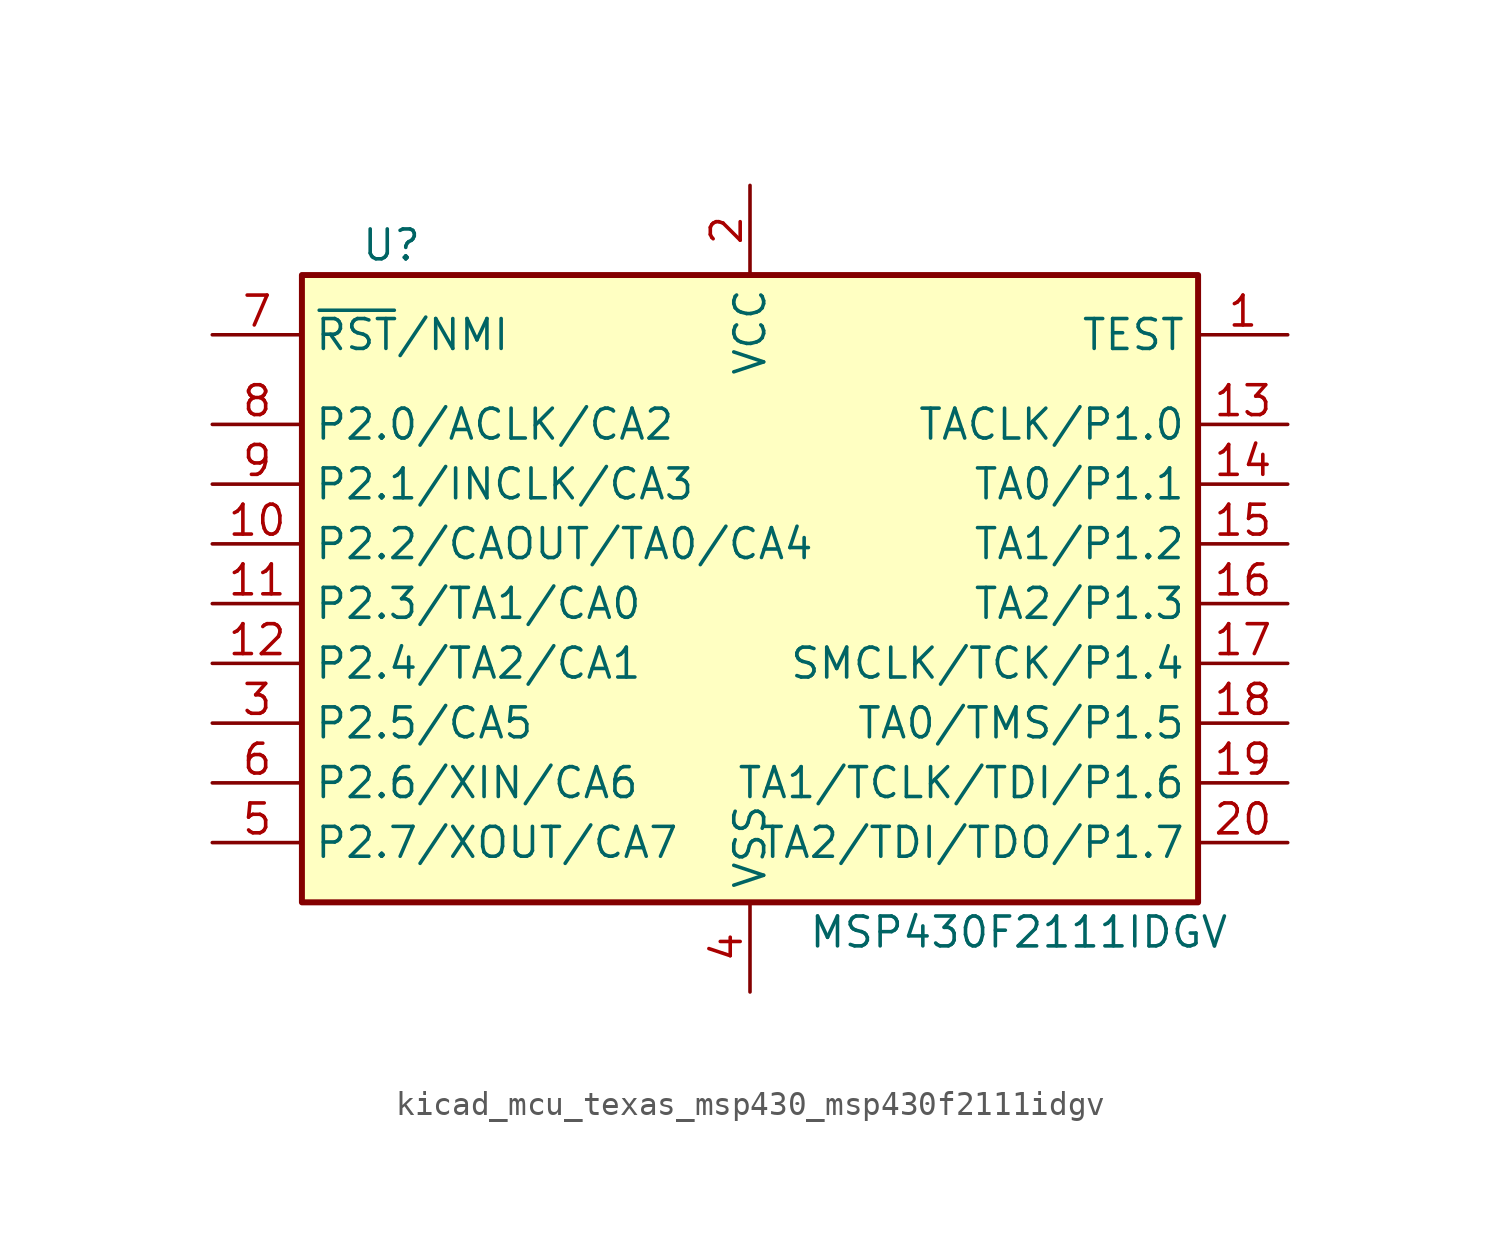
<source format=kicad_sym>
(kicad_symbol_lib
  (version 20220914)
  (generator kicad_symbol_editor)
  (symbol "kicad_mcu_texas_msp430_msp430f2111idgv"
    (property "Reference" "U"
      (at -15.24 15.24 0)
      (effects (font (size 1.27 1.27))))
    (property "Value" "MSP430F2111IDGV"
      (at 11.43 -13.97 0)
      (effects (font (size 1.27 1.27))))
    (symbol "kicad_mcu_texas_msp430_msp430f2111idgv_0_1"
      (rectangle (start -19.05 13.97) (end 19.05 -12.7) (stroke (width 0.254) (type default)) (fill (type background))))
    (symbol "kicad_mcu_texas_msp430_msp430f2111idgv_1_1"
      (pin input line (at 22.86 11.43 180) (length 3.81) (name "TEST" (effects (font (size 1.27 1.27)))) (number "1" (effects (font (size 1.27 1.27)))))
      (pin bidirectional line (at -22.86 2.54 0) (length 3.81) (name "P2.2/CAOUT/TA0/CA4" (effects (font (size 1.27 1.27)))) (number "10" (effects (font (size 1.27 1.27)))))
      (pin bidirectional line (at -22.86 0 0) (length 3.81) (name "P2.3/TA1/CA0" (effects (font (size 1.27 1.27)))) (number "11" (effects (font (size 1.27 1.27)))))
      (pin bidirectional line (at -22.86 -2.54 0) (length 3.81) (name "P2.4/TA2/CA1" (effects (font (size 1.27 1.27)))) (number "12" (effects (font (size 1.27 1.27)))))
      (pin bidirectional line (at 22.86 7.62 180) (length 3.81) (name "TACLK/P1.0" (effects (font (size 1.27 1.27)))) (number "13" (effects (font (size 1.27 1.27)))))
      (pin bidirectional line (at 22.86 5.08 180) (length 3.81) (name "TA0/P1.1" (effects (font (size 1.27 1.27)))) (number "14" (effects (font (size 1.27 1.27)))))
      (pin bidirectional line (at 22.86 2.54 180) (length 3.81) (name "TA1/P1.2" (effects (font (size 1.27 1.27)))) (number "15" (effects (font (size 1.27 1.27)))))
      (pin bidirectional line (at 22.86 0 180) (length 3.81) (name "TA2/P1.3" (effects (font (size 1.27 1.27)))) (number "16" (effects (font (size 1.27 1.27)))))
      (pin bidirectional line (at 22.86 -2.54 180) (length 3.81) (name "SMCLK/TCK/P1.4" (effects (font (size 1.27 1.27)))) (number "17" (effects (font (size 1.27 1.27)))))
      (pin bidirectional line (at 22.86 -5.08 180) (length 3.81) (name "TA0/TMS/P1.5" (effects (font (size 1.27 1.27)))) (number "18" (effects (font (size 1.27 1.27)))))
      (pin bidirectional line (at 22.86 -7.62 180) (length 3.81) (name "TA1/TCLK/TDI/P1.6" (effects (font (size 1.27 1.27)))) (number "19" (effects (font (size 1.27 1.27)))))
      (pin power_in line (at 0 17.78 270) (length 3.81) (name "VCC" (effects (font (size 1.27 1.27)))) (number "2" (effects (font (size 1.27 1.27)))))
      (pin bidirectional line (at 22.86 -10.16 180) (length 3.81) (name "TA2/TDI/TDO/P1.7" (effects (font (size 1.27 1.27)))) (number "20" (effects (font (size 1.27 1.27)))))
      (pin bidirectional line (at -22.86 -5.08 0) (length 3.81) (name "P2.5/CA5" (effects (font (size 1.27 1.27)))) (number "3" (effects (font (size 1.27 1.27)))))
      (pin power_in line (at 0 -16.51 90) (length 3.81) (name "VSS" (effects (font (size 1.27 1.27)))) (number "4" (effects (font (size 1.27 1.27)))))
      (pin bidirectional line (at -22.86 -10.16 0) (length 3.81) (name "P2.7/XOUT/CA7" (effects (font (size 1.27 1.27)))) (number "5" (effects (font (size 1.27 1.27)))))
      (pin bidirectional line (at -22.86 -7.62 0) (length 3.81) (name "P2.6/XIN/CA6" (effects (font (size 1.27 1.27)))) (number "6" (effects (font (size 1.27 1.27)))))
      (pin input line (at -22.86 11.43 0) (length 3.81) (name "~{RST}/NMI" (effects (font (size 1.27 1.27)))) (number "7" (effects (font (size 1.27 1.27)))))
      (pin bidirectional line (at -22.86 7.62 0) (length 3.81) (name "P2.0/ACLK/CA2" (effects (font (size 1.27 1.27)))) (number "8" (effects (font (size 1.27 1.27)))))
      (pin bidirectional line (at -22.86 5.08 0) (length 3.81) (name "P2.1/INCLK/CA3" (effects (font (size 1.27 1.27)))) (number "9" (effects (font (size 1.27 1.27))))))))
</source>
